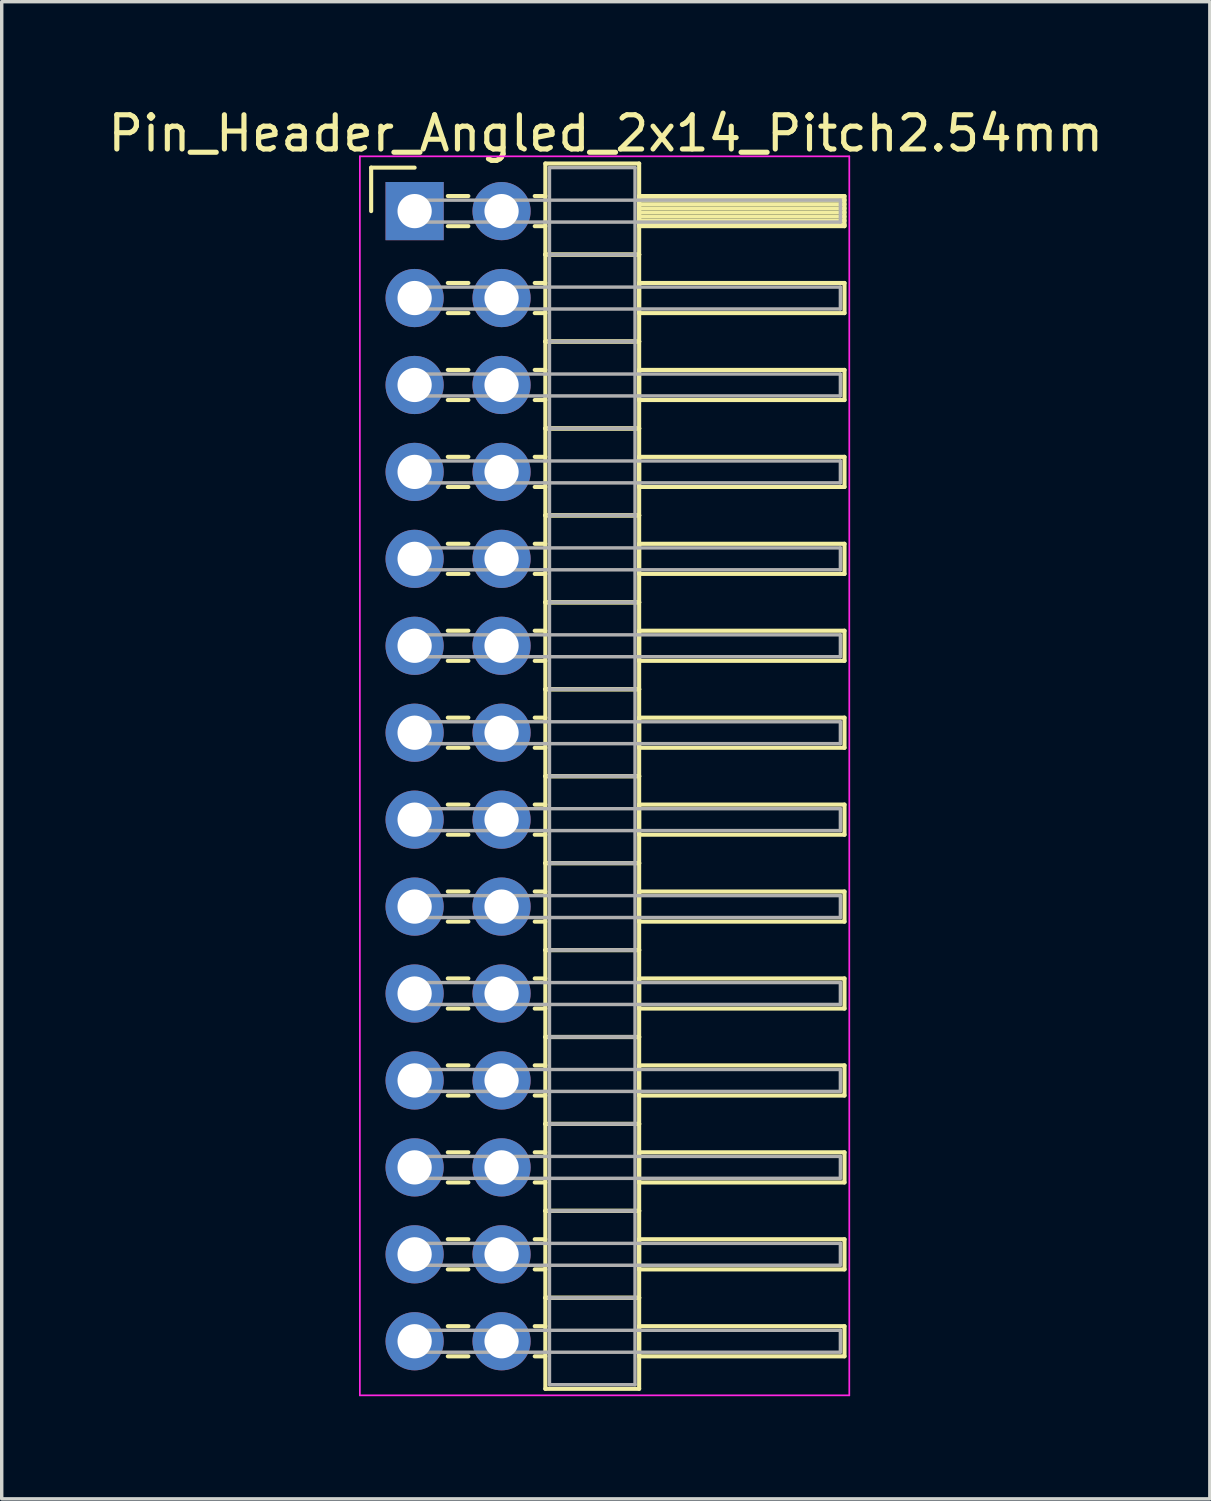
<source format=kicad_pcb>
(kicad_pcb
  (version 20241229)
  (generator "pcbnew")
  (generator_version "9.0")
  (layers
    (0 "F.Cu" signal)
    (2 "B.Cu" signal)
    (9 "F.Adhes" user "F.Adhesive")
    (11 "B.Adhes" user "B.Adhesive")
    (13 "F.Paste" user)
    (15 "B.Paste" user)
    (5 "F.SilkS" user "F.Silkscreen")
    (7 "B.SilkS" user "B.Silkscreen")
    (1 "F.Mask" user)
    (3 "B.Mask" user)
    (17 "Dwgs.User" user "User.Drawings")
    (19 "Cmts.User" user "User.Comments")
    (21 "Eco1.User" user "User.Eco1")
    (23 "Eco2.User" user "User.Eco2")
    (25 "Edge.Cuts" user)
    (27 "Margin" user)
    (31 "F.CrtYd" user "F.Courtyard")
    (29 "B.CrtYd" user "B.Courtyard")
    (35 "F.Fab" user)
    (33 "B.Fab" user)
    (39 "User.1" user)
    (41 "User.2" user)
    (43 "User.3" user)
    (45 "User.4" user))
  (footprint "Pin_Header_Angled_2x14_Pitch2.54mm"
    (layer "F.Cu")
    (at 9.064 3.118)
    (property "Reference" "Pin_Header_Angled_2x14_Pitch2.54mm" (at 5.585 -2.27 0) (layer "F.SilkS") (effects (font (size 1 1) (thickness 0.15))))
    (attr through_hole)
    (fp_line (start -1.27 -1.27) (end 0 -1.27) (stroke (width 0.12) (type solid)) (layer "F.SilkS"))
    (fp_line (start -1.27 0) (end -1.27 -1.27) (stroke (width 0.12) (type solid)) (layer "F.SilkS"))
    (fp_line (start 0.97 -0.44) (end 1.57 -0.44) (stroke (width 0.12) (type solid)) (layer "F.SilkS"))
    (fp_line (start 0.97 0.44) (end 1.57 0.44) (stroke (width 0.12) (type solid)) (layer "F.SilkS"))
    (fp_line (start 0.97 2.1) (end 1.57 2.1) (stroke (width 0.12) (type solid)) (layer "F.SilkS"))
    (fp_line (start 0.97 2.98) (end 1.57 2.98) (stroke (width 0.12) (type solid)) (layer "F.SilkS"))
    (fp_line (start 0.97 4.64) (end 1.57 4.64) (stroke (width 0.12) (type solid)) (layer "F.SilkS"))
    (fp_line (start 0.97 5.52) (end 1.57 5.52) (stroke (width 0.12) (type solid)) (layer "F.SilkS"))
    (fp_line (start 0.97 7.18) (end 1.57 7.18) (stroke (width 0.12) (type solid)) (layer "F.SilkS"))
    (fp_line (start 0.97 8.06) (end 1.57 8.06) (stroke (width 0.12) (type solid)) (layer "F.SilkS"))
    (fp_line (start 0.97 9.72) (end 1.57 9.72) (stroke (width 0.12) (type solid)) (layer "F.SilkS"))
    (fp_line (start 0.97 10.6) (end 1.57 10.6) (stroke (width 0.12) (type solid)) (layer "F.SilkS"))
    (fp_line (start 0.97 12.26) (end 1.57 12.26) (stroke (width 0.12) (type solid)) (layer "F.SilkS"))
    (fp_line (start 0.97 13.14) (end 1.57 13.14) (stroke (width 0.12) (type solid)) (layer "F.SilkS"))
    (fp_line (start 0.97 14.8) (end 1.57 14.8) (stroke (width 0.12) (type solid)) (layer "F.SilkS"))
    (fp_line (start 0.97 15.68) (end 1.57 15.68) (stroke (width 0.12) (type solid)) (layer "F.SilkS"))
    (fp_line (start 0.97 17.34) (end 1.57 17.34) (stroke (width 0.12) (type solid)) (layer "F.SilkS"))
    (fp_line (start 0.97 18.22) (end 1.57 18.22) (stroke (width 0.12) (type solid)) (layer "F.SilkS"))
    (fp_line (start 0.97 19.88) (end 1.57 19.88) (stroke (width 0.12) (type solid)) (layer "F.SilkS"))
    (fp_line (start 0.97 20.76) (end 1.57 20.76) (stroke (width 0.12) (type solid)) (layer "F.SilkS"))
    (fp_line (start 0.97 22.42) (end 1.57 22.42) (stroke (width 0.12) (type solid)) (layer "F.SilkS"))
    (fp_line (start 0.97 23.3) (end 1.57 23.3) (stroke (width 0.12) (type solid)) (layer "F.SilkS"))
    (fp_line (start 0.97 24.96) (end 1.57 24.96) (stroke (width 0.12) (type solid)) (layer "F.SilkS"))
    (fp_line (start 0.97 25.84) (end 1.57 25.84) (stroke (width 0.12) (type solid)) (layer "F.SilkS"))
    (fp_line (start 0.97 27.5) (end 1.57 27.5) (stroke (width 0.12) (type solid)) (layer "F.SilkS"))
    (fp_line (start 0.97 28.38) (end 1.57 28.38) (stroke (width 0.12) (type solid)) (layer "F.SilkS"))
    (fp_line (start 0.97 30.04) (end 1.57 30.04) (stroke (width 0.12) (type solid)) (layer "F.SilkS"))
    (fp_line (start 0.97 30.92) (end 1.57 30.92) (stroke (width 0.12) (type solid)) (layer "F.SilkS"))
    (fp_line (start 0.97 32.58) (end 1.57 32.58) (stroke (width 0.12) (type solid)) (layer "F.SilkS"))
    (fp_line (start 0.97 33.46) (end 1.57 33.46) (stroke (width 0.12) (type solid)) (layer "F.SilkS"))
    (fp_line (start 3.51 -0.44) (end 3.82 -0.44) (stroke (width 0.12) (type solid)) (layer "F.SilkS"))
    (fp_line (start 3.51 0.44) (end 3.82 0.44) (stroke (width 0.12) (type solid)) (layer "F.SilkS"))
    (fp_line (start 3.51 2.1) (end 3.82 2.1) (stroke (width 0.12) (type solid)) (layer "F.SilkS"))
    (fp_line (start 3.51 2.98) (end 3.82 2.98) (stroke (width 0.12) (type solid)) (layer "F.SilkS"))
    (fp_line (start 3.51 4.64) (end 3.82 4.64) (stroke (width 0.12) (type solid)) (layer "F.SilkS"))
    (fp_line (start 3.51 5.52) (end 3.82 5.52) (stroke (width 0.12) (type solid)) (layer "F.SilkS"))
    (fp_line (start 3.51 7.18) (end 3.82 7.18) (stroke (width 0.12) (type solid)) (layer "F.SilkS"))
    (fp_line (start 3.51 8.06) (end 3.82 8.06) (stroke (width 0.12) (type solid)) (layer "F.SilkS"))
    (fp_line (start 3.51 9.72) (end 3.82 9.72) (stroke (width 0.12) (type solid)) (layer "F.SilkS"))
    (fp_line (start 3.51 10.6) (end 3.82 10.6) (stroke (width 0.12) (type solid)) (layer "F.SilkS"))
    (fp_line (start 3.51 12.26) (end 3.82 12.26) (stroke (width 0.12) (type solid)) (layer "F.SilkS"))
    (fp_line (start 3.51 13.14) (end 3.82 13.14) (stroke (width 0.12) (type solid)) (layer "F.SilkS"))
    (fp_line (start 3.51 14.8) (end 3.82 14.8) (stroke (width 0.12) (type solid)) (layer "F.SilkS"))
    (fp_line (start 3.51 15.68) (end 3.82 15.68) (stroke (width 0.12) (type solid)) (layer "F.SilkS"))
    (fp_line (start 3.51 17.34) (end 3.82 17.34) (stroke (width 0.12) (type solid)) (layer "F.SilkS"))
    (fp_line (start 3.51 18.22) (end 3.82 18.22) (stroke (width 0.12) (type solid)) (layer "F.SilkS"))
    (fp_line (start 3.51 19.88) (end 3.82 19.88) (stroke (width 0.12) (type solid)) (layer "F.SilkS"))
    (fp_line (start 3.51 20.76) (end 3.82 20.76) (stroke (width 0.12) (type solid)) (layer "F.SilkS"))
    (fp_line (start 3.51 22.42) (end 3.82 22.42) (stroke (width 0.12) (type solid)) (layer "F.SilkS"))
    (fp_line (start 3.51 23.3) (end 3.82 23.3) (stroke (width 0.12) (type solid)) (layer "F.SilkS"))
    (fp_line (start 3.51 24.96) (end 3.82 24.96) (stroke (width 0.12) (type solid)) (layer "F.SilkS"))
    (fp_line (start 3.51 25.84) (end 3.82 25.84) (stroke (width 0.12) (type solid)) (layer "F.SilkS"))
    (fp_line (start 3.51 27.5) (end 3.82 27.5) (stroke (width 0.12) (type solid)) (layer "F.SilkS"))
    (fp_line (start 3.51 28.38) (end 3.82 28.38) (stroke (width 0.12) (type solid)) (layer "F.SilkS"))
    (fp_line (start 3.51 30.04) (end 3.82 30.04) (stroke (width 0.12) (type solid)) (layer "F.SilkS"))
    (fp_line (start 3.51 30.92) (end 3.82 30.92) (stroke (width 0.12) (type solid)) (layer "F.SilkS"))
    (fp_line (start 3.51 32.58) (end 3.82 32.58) (stroke (width 0.12) (type solid)) (layer "F.SilkS"))
    (fp_line (start 3.51 33.46) (end 3.82 33.46) (stroke (width 0.12) (type solid)) (layer "F.SilkS"))
    (fp_line (start 3.82 -1.39) (end 3.82 1.27) (stroke (width 0.12) (type solid)) (layer "F.SilkS"))
    (fp_line (start 3.82 1.27) (end 3.82 3.81) (stroke (width 0.12) (type solid)) (layer "F.SilkS"))
    (fp_line (start 3.82 1.27) (end 6.56 1.27) (stroke (width 0.12) (type solid)) (layer "F.SilkS"))
    (fp_line (start 3.82 3.81) (end 3.82 6.35) (stroke (width 0.12) (type solid)) (layer "F.SilkS"))
    (fp_line (start 3.82 3.81) (end 6.56 3.81) (stroke (width 0.12) (type solid)) (layer "F.SilkS"))
    (fp_line (start 3.82 6.35) (end 3.82 8.89) (stroke (width 0.12) (type solid)) (layer "F.SilkS"))
    (fp_line (start 3.82 6.35) (end 6.56 6.35) (stroke (width 0.12) (type solid)) (layer "F.SilkS"))
    (fp_line (start 3.82 8.89) (end 3.82 11.43) (stroke (width 0.12) (type solid)) (layer "F.SilkS"))
    (fp_line (start 3.82 8.89) (end 6.56 8.89) (stroke (width 0.12) (type solid)) (layer "F.SilkS"))
    (fp_line (start 3.82 11.43) (end 3.82 13.97) (stroke (width 0.12) (type solid)) (layer "F.SilkS"))
    (fp_line (start 3.82 11.43) (end 6.56 11.43) (stroke (width 0.12) (type solid)) (layer "F.SilkS"))
    (fp_line (start 3.82 13.97) (end 3.82 16.51) (stroke (width 0.12) (type solid)) (layer "F.SilkS"))
    (fp_line (start 3.82 13.97) (end 6.56 13.97) (stroke (width 0.12) (type solid)) (layer "F.SilkS"))
    (fp_line (start 3.82 16.51) (end 3.82 19.05) (stroke (width 0.12) (type solid)) (layer "F.SilkS"))
    (fp_line (start 3.82 16.51) (end 6.56 16.51) (stroke (width 0.12) (type solid)) (layer "F.SilkS"))
    (fp_line (start 3.82 19.05) (end 3.82 21.59) (stroke (width 0.12) (type solid)) (layer "F.SilkS"))
    (fp_line (start 3.82 19.05) (end 6.56 19.05) (stroke (width 0.12) (type solid)) (layer "F.SilkS"))
    (fp_line (start 3.82 21.59) (end 3.82 24.13) (stroke (width 0.12) (type solid)) (layer "F.SilkS"))
    (fp_line (start 3.82 21.59) (end 6.56 21.59) (stroke (width 0.12) (type solid)) (layer "F.SilkS"))
    (fp_line (start 3.82 24.13) (end 3.82 26.67) (stroke (width 0.12) (type solid)) (layer "F.SilkS"))
    (fp_line (start 3.82 24.13) (end 6.56 24.13) (stroke (width 0.12) (type solid)) (layer "F.SilkS"))
    (fp_line (start 3.82 26.67) (end 3.82 29.21) (stroke (width 0.12) (type solid)) (layer "F.SilkS"))
    (fp_line (start 3.82 26.67) (end 6.56 26.67) (stroke (width 0.12) (type solid)) (layer "F.SilkS"))
    (fp_line (start 3.82 29.21) (end 3.82 31.75) (stroke (width 0.12) (type solid)) (layer "F.SilkS"))
    (fp_line (start 3.82 29.21) (end 6.56 29.21) (stroke (width 0.12) (type solid)) (layer "F.SilkS"))
    (fp_line (start 3.82 31.75) (end 3.82 34.41) (stroke (width 0.12) (type solid)) (layer "F.SilkS"))
    (fp_line (start 3.82 31.75) (end 6.56 31.75) (stroke (width 0.12) (type solid)) (layer "F.SilkS"))
    (fp_line (start 3.82 34.41) (end 6.56 34.41) (stroke (width 0.12) (type solid)) (layer "F.SilkS"))
    (fp_line (start 6.56 -1.39) (end 3.82 -1.39) (stroke (width 0.12) (type solid)) (layer "F.SilkS"))
    (fp_line (start 6.56 -0.44) (end 6.56 0.44) (stroke (width 0.12) (type solid)) (layer "F.SilkS"))
    (fp_line (start 6.56 -0.32) (end 12.56 -0.32) (stroke (width 0.12) (type solid)) (layer "F.SilkS"))
    (fp_line (start 6.56 -0.2) (end 12.56 -0.2) (stroke (width 0.12) (type solid)) (layer "F.SilkS"))
    (fp_line (start 6.56 -0.08) (end 12.56 -0.08) (stroke (width 0.12) (type solid)) (layer "F.SilkS"))
    (fp_line (start 6.56 0.04) (end 12.56 0.04) (stroke (width 0.12) (type solid)) (layer "F.SilkS"))
    (fp_line (start 6.56 0.16) (end 12.56 0.16) (stroke (width 0.12) (type solid)) (layer "F.SilkS"))
    (fp_line (start 6.56 0.28) (end 12.56 0.28) (stroke (width 0.12) (type solid)) (layer "F.SilkS"))
    (fp_line (start 6.56 0.4) (end 12.56 0.4) (stroke (width 0.12) (type solid)) (layer "F.SilkS"))
    (fp_line (start 6.56 0.44) (end 12.56 0.44) (stroke (width 0.12) (type solid)) (layer "F.SilkS"))
    (fp_line (start 6.56 1.27) (end 3.82 1.27) (stroke (width 0.12) (type solid)) (layer "F.SilkS"))
    (fp_line (start 6.56 1.27) (end 6.56 -1.39) (stroke (width 0.12) (type solid)) (layer "F.SilkS"))
    (fp_line (start 6.56 2.1) (end 6.56 2.98) (stroke (width 0.12) (type solid)) (layer "F.SilkS"))
    (fp_line (start 6.56 2.98) (end 12.56 2.98) (stroke (width 0.12) (type solid)) (layer "F.SilkS"))
    (fp_line (start 6.56 3.81) (end 3.82 3.81) (stroke (width 0.12) (type solid)) (layer "F.SilkS"))
    (fp_line (start 6.56 3.81) (end 6.56 1.27) (stroke (width 0.12) (type solid)) (layer "F.SilkS"))
    (fp_line (start 6.56 4.64) (end 6.56 5.52) (stroke (width 0.12) (type solid)) (layer "F.SilkS"))
    (fp_line (start 6.56 5.52) (end 12.56 5.52) (stroke (width 0.12) (type solid)) (layer "F.SilkS"))
    (fp_line (start 6.56 6.35) (end 3.82 6.35) (stroke (width 0.12) (type solid)) (layer "F.SilkS"))
    (fp_line (start 6.56 6.35) (end 6.56 3.81) (stroke (width 0.12) (type solid)) (layer "F.SilkS"))
    (fp_line (start 6.56 7.18) (end 6.56 8.06) (stroke (width 0.12) (type solid)) (layer "F.SilkS"))
    (fp_line (start 6.56 8.06) (end 12.56 8.06) (stroke (width 0.12) (type solid)) (layer "F.SilkS"))
    (fp_line (start 6.56 8.89) (end 3.82 8.89) (stroke (width 0.12) (type solid)) (layer "F.SilkS"))
    (fp_line (start 6.56 8.89) (end 6.56 6.35) (stroke (width 0.12) (type solid)) (layer "F.SilkS"))
    (fp_line (start 6.56 9.72) (end 6.56 10.6) (stroke (width 0.12) (type solid)) (layer "F.SilkS"))
    (fp_line (start 6.56 10.6) (end 12.56 10.6) (stroke (width 0.12) (type solid)) (layer "F.SilkS"))
    (fp_line (start 6.56 11.43) (end 3.82 11.43) (stroke (width 0.12) (type solid)) (layer "F.SilkS"))
    (fp_line (start 6.56 11.43) (end 6.56 8.89) (stroke (width 0.12) (type solid)) (layer "F.SilkS"))
    (fp_line (start 6.56 12.26) (end 6.56 13.14) (stroke (width 0.12) (type solid)) (layer "F.SilkS"))
    (fp_line (start 6.56 13.14) (end 12.56 13.14) (stroke (width 0.12) (type solid)) (layer "F.SilkS"))
    (fp_line (start 6.56 13.97) (end 3.82 13.97) (stroke (width 0.12) (type solid)) (layer "F.SilkS"))
    (fp_line (start 6.56 13.97) (end 6.56 11.43) (stroke (width 0.12) (type solid)) (layer "F.SilkS"))
    (fp_line (start 6.56 14.8) (end 6.56 15.68) (stroke (width 0.12) (type solid)) (layer "F.SilkS"))
    (fp_line (start 6.56 15.68) (end 12.56 15.68) (stroke (width 0.12) (type solid)) (layer "F.SilkS"))
    (fp_line (start 6.56 16.51) (end 3.82 16.51) (stroke (width 0.12) (type solid)) (layer "F.SilkS"))
    (fp_line (start 6.56 16.51) (end 6.56 13.97) (stroke (width 0.12) (type solid)) (layer "F.SilkS"))
    (fp_line (start 6.56 17.34) (end 6.56 18.22) (stroke (width 0.12) (type solid)) (layer "F.SilkS"))
    (fp_line (start 6.56 18.22) (end 12.56 18.22) (stroke (width 0.12) (type solid)) (layer "F.SilkS"))
    (fp_line (start 6.56 19.05) (end 3.82 19.05) (stroke (width 0.12) (type solid)) (layer "F.SilkS"))
    (fp_line (start 6.56 19.05) (end 6.56 16.51) (stroke (width 0.12) (type solid)) (layer "F.SilkS"))
    (fp_line (start 6.56 19.88) (end 6.56 20.76) (stroke (width 0.12) (type solid)) (layer "F.SilkS"))
    (fp_line (start 6.56 20.76) (end 12.56 20.76) (stroke (width 0.12) (type solid)) (layer "F.SilkS"))
    (fp_line (start 6.56 21.59) (end 3.82 21.59) (stroke (width 0.12) (type solid)) (layer "F.SilkS"))
    (fp_line (start 6.56 21.59) (end 6.56 19.05) (stroke (width 0.12) (type solid)) (layer "F.SilkS"))
    (fp_line (start 6.56 22.42) (end 6.56 23.3) (stroke (width 0.12) (type solid)) (layer "F.SilkS"))
    (fp_line (start 6.56 23.3) (end 12.56 23.3) (stroke (width 0.12) (type solid)) (layer "F.SilkS"))
    (fp_line (start 6.56 24.13) (end 3.82 24.13) (stroke (width 0.12) (type solid)) (layer "F.SilkS"))
    (fp_line (start 6.56 24.13) (end 6.56 21.59) (stroke (width 0.12) (type solid)) (layer "F.SilkS"))
    (fp_line (start 6.56 24.96) (end 6.56 25.84) (stroke (width 0.12) (type solid)) (layer "F.SilkS"))
    (fp_line (start 6.56 25.84) (end 12.56 25.84) (stroke (width 0.12) (type solid)) (layer "F.SilkS"))
    (fp_line (start 6.56 26.67) (end 3.82 26.67) (stroke (width 0.12) (type solid)) (layer "F.SilkS"))
    (fp_line (start 6.56 26.67) (end 6.56 24.13) (stroke (width 0.12) (type solid)) (layer "F.SilkS"))
    (fp_line (start 6.56 27.5) (end 6.56 28.38) (stroke (width 0.12) (type solid)) (layer "F.SilkS"))
    (fp_line (start 6.56 28.38) (end 12.56 28.38) (stroke (width 0.12) (type solid)) (layer "F.SilkS"))
    (fp_line (start 6.56 29.21) (end 3.82 29.21) (stroke (width 0.12) (type solid)) (layer "F.SilkS"))
    (fp_line (start 6.56 29.21) (end 6.56 26.67) (stroke (width 0.12) (type solid)) (layer "F.SilkS"))
    (fp_line (start 6.56 30.04) (end 6.56 30.92) (stroke (width 0.12) (type solid)) (layer "F.SilkS"))
    (fp_line (start 6.56 30.92) (end 12.56 30.92) (stroke (width 0.12) (type solid)) (layer "F.SilkS"))
    (fp_line (start 6.56 31.75) (end 3.82 31.75) (stroke (width 0.12) (type solid)) (layer "F.SilkS"))
    (fp_line (start 6.56 31.75) (end 6.56 29.21) (stroke (width 0.12) (type solid)) (layer "F.SilkS"))
    (fp_line (start 6.56 32.58) (end 6.56 33.46) (stroke (width 0.12) (type solid)) (layer "F.SilkS"))
    (fp_line (start 6.56 33.46) (end 12.56 33.46) (stroke (width 0.12) (type solid)) (layer "F.SilkS"))
    (fp_line (start 6.56 34.41) (end 6.56 31.75) (stroke (width 0.12) (type solid)) (layer "F.SilkS"))
    (fp_line (start 12.56 -0.44) (end 6.56 -0.44) (stroke (width 0.12) (type solid)) (layer "F.SilkS"))
    (fp_line (start 12.56 0.44) (end 12.56 -0.44) (stroke (width 0.12) (type solid)) (layer "F.SilkS"))
    (fp_line (start 12.56 2.1) (end 6.56 2.1) (stroke (width 0.12) (type solid)) (layer "F.SilkS"))
    (fp_line (start 12.56 2.98) (end 12.56 2.1) (stroke (width 0.12) (type solid)) (layer "F.SilkS"))
    (fp_line (start 12.56 4.64) (end 6.56 4.64) (stroke (width 0.12) (type solid)) (layer "F.SilkS"))
    (fp_line (start 12.56 5.52) (end 12.56 4.64) (stroke (width 0.12) (type solid)) (layer "F.SilkS"))
    (fp_line (start 12.56 7.18) (end 6.56 7.18) (stroke (width 0.12) (type solid)) (layer "F.SilkS"))
    (fp_line (start 12.56 8.06) (end 12.56 7.18) (stroke (width 0.12) (type solid)) (layer "F.SilkS"))
    (fp_line (start 12.56 9.72) (end 6.56 9.72) (stroke (width 0.12) (type solid)) (layer "F.SilkS"))
    (fp_line (start 12.56 10.6) (end 12.56 9.72) (stroke (width 0.12) (type solid)) (layer "F.SilkS"))
    (fp_line (start 12.56 12.26) (end 6.56 12.26) (stroke (width 0.12) (type solid)) (layer "F.SilkS"))
    (fp_line (start 12.56 13.14) (end 12.56 12.26) (stroke (width 0.12) (type solid)) (layer "F.SilkS"))
    (fp_line (start 12.56 14.8) (end 6.56 14.8) (stroke (width 0.12) (type solid)) (layer "F.SilkS"))
    (fp_line (start 12.56 15.68) (end 12.56 14.8) (stroke (width 0.12) (type solid)) (layer "F.SilkS"))
    (fp_line (start 12.56 17.34) (end 6.56 17.34) (stroke (width 0.12) (type solid)) (layer "F.SilkS"))
    (fp_line (start 12.56 18.22) (end 12.56 17.34) (stroke (width 0.12) (type solid)) (layer "F.SilkS"))
    (fp_line (start 12.56 19.88) (end 6.56 19.88) (stroke (width 0.12) (type solid)) (layer "F.SilkS"))
    (fp_line (start 12.56 20.76) (end 12.56 19.88) (stroke (width 0.12) (type solid)) (layer "F.SilkS"))
    (fp_line (start 12.56 22.42) (end 6.56 22.42) (stroke (width 0.12) (type solid)) (layer "F.SilkS"))
    (fp_line (start 12.56 23.3) (end 12.56 22.42) (stroke (width 0.12) (type solid)) (layer "F.SilkS"))
    (fp_line (start 12.56 24.96) (end 6.56 24.96) (stroke (width 0.12) (type solid)) (layer "F.SilkS"))
    (fp_line (start 12.56 25.84) (end 12.56 24.96) (stroke (width 0.12) (type solid)) (layer "F.SilkS"))
    (fp_line (start 12.56 27.5) (end 6.56 27.5) (stroke (width 0.12) (type solid)) (layer "F.SilkS"))
    (fp_line (start 12.56 28.38) (end 12.56 27.5) (stroke (width 0.12) (type solid)) (layer "F.SilkS"))
    (fp_line (start 12.56 30.04) (end 6.56 30.04) (stroke (width 0.12) (type solid)) (layer "F.SilkS"))
    (fp_line (start 12.56 30.92) (end 12.56 30.04) (stroke (width 0.12) (type solid)) (layer "F.SilkS"))
    (fp_line (start 12.56 32.58) (end 6.56 32.58) (stroke (width 0.12) (type solid)) (layer "F.SilkS"))
    (fp_line (start 12.56 33.46) (end 12.56 32.58) (stroke (width 0.12) (type solid)) (layer "F.SilkS"))
    (fp_line (start -1.6 -1.6) (end -1.6 34.6) (stroke (width 0.05) (type solid)) (layer "F.CrtYd"))
    (fp_line (start -1.6 34.6) (end 12.7 34.6) (stroke (width 0.05) (type solid)) (layer "F.CrtYd"))
    (fp_line (start 12.7 -1.6) (end -1.6 -1.6) (stroke (width 0.05) (type solid)) (layer "F.CrtYd"))
    (fp_line (start 12.7 34.6) (end 12.7 -1.6) (stroke (width 0.05) (type solid)) (layer "F.CrtYd"))
    (fp_line (start 0 -0.32) (end 0 0.32) (stroke (width 0.1) (type solid)) (layer "F.Fab"))
    (fp_line (start 0 0.32) (end 12.44 0.32) (stroke (width 0.1) (type solid)) (layer "F.Fab"))
    (fp_line (start 0 2.22) (end 0 2.86) (stroke (width 0.1) (type solid)) (layer "F.Fab"))
    (fp_line (start 0 2.86) (end 12.44 2.86) (stroke (width 0.1) (type solid)) (layer "F.Fab"))
    (fp_line (start 0 4.76) (end 0 5.4) (stroke (width 0.1) (type solid)) (layer "F.Fab"))
    (fp_line (start 0 5.4) (end 12.44 5.4) (stroke (width 0.1) (type solid)) (layer "F.Fab"))
    (fp_line (start 0 7.3) (end 0 7.94) (stroke (width 0.1) (type solid)) (layer "F.Fab"))
    (fp_line (start 0 7.94) (end 12.44 7.94) (stroke (width 0.1) (type solid)) (layer "F.Fab"))
    (fp_line (start 0 9.84) (end 0 10.48) (stroke (width 0.1) (type solid)) (layer "F.Fab"))
    (fp_line (start 0 10.48) (end 12.44 10.48) (stroke (width 0.1) (type solid)) (layer "F.Fab"))
    (fp_line (start 0 12.38) (end 0 13.02) (stroke (width 0.1) (type solid)) (layer "F.Fab"))
    (fp_line (start 0 13.02) (end 12.44 13.02) (stroke (width 0.1) (type solid)) (layer "F.Fab"))
    (fp_line (start 0 14.92) (end 0 15.56) (stroke (width 0.1) (type solid)) (layer "F.Fab"))
    (fp_line (start 0 15.56) (end 12.44 15.56) (stroke (width 0.1) (type solid)) (layer "F.Fab"))
    (fp_line (start 0 17.46) (end 0 18.1) (stroke (width 0.1) (type solid)) (layer "F.Fab"))
    (fp_line (start 0 18.1) (end 12.44 18.1) (stroke (width 0.1) (type solid)) (layer "F.Fab"))
    (fp_line (start 0 20) (end 0 20.64) (stroke (width 0.1) (type solid)) (layer "F.Fab"))
    (fp_line (start 0 20.64) (end 12.44 20.64) (stroke (width 0.1) (type solid)) (layer "F.Fab"))
    (fp_line (start 0 22.54) (end 0 23.18) (stroke (width 0.1) (type solid)) (layer "F.Fab"))
    (fp_line (start 0 23.18) (end 12.44 23.18) (stroke (width 0.1) (type solid)) (layer "F.Fab"))
    (fp_line (start 0 25.08) (end 0 25.72) (stroke (width 0.1) (type solid)) (layer "F.Fab"))
    (fp_line (start 0 25.72) (end 12.44 25.72) (stroke (width 0.1) (type solid)) (layer "F.Fab"))
    (fp_line (start 0 27.62) (end 0 28.26) (stroke (width 0.1) (type solid)) (layer "F.Fab"))
    (fp_line (start 0 28.26) (end 12.44 28.26) (stroke (width 0.1) (type solid)) (layer "F.Fab"))
    (fp_line (start 0 30.16) (end 0 30.8) (stroke (width 0.1) (type solid)) (layer "F.Fab"))
    (fp_line (start 0 30.8) (end 12.44 30.8) (stroke (width 0.1) (type solid)) (layer "F.Fab"))
    (fp_line (start 0 32.7) (end 0 33.34) (stroke (width 0.1) (type solid)) (layer "F.Fab"))
    (fp_line (start 0 33.34) (end 12.44 33.34) (stroke (width 0.1) (type solid)) (layer "F.Fab"))
    (fp_line (start 3.94 -1.27) (end 3.94 1.27) (stroke (width 0.1) (type solid)) (layer "F.Fab"))
    (fp_line (start 3.94 1.27) (end 3.94 3.81) (stroke (width 0.1) (type solid)) (layer "F.Fab"))
    (fp_line (start 3.94 1.27) (end 6.44 1.27) (stroke (width 0.1) (type solid)) (layer "F.Fab"))
    (fp_line (start 3.94 3.81) (end 3.94 6.35) (stroke (width 0.1) (type solid)) (layer "F.Fab"))
    (fp_line (start 3.94 3.81) (end 6.44 3.81) (stroke (width 0.1) (type solid)) (layer "F.Fab"))
    (fp_line (start 3.94 6.35) (end 3.94 8.89) (stroke (width 0.1) (type solid)) (layer "F.Fab"))
    (fp_line (start 3.94 6.35) (end 6.44 6.35) (stroke (width 0.1) (type solid)) (layer "F.Fab"))
    (fp_line (start 3.94 8.89) (end 3.94 11.43) (stroke (width 0.1) (type solid)) (layer "F.Fab"))
    (fp_line (start 3.94 8.89) (end 6.44 8.89) (stroke (width 0.1) (type solid)) (layer "F.Fab"))
    (fp_line (start 3.94 11.43) (end 3.94 13.97) (stroke (width 0.1) (type solid)) (layer "F.Fab"))
    (fp_line (start 3.94 11.43) (end 6.44 11.43) (stroke (width 0.1) (type solid)) (layer "F.Fab"))
    (fp_line (start 3.94 13.97) (end 3.94 16.51) (stroke (width 0.1) (type solid)) (layer "F.Fab"))
    (fp_line (start 3.94 13.97) (end 6.44 13.97) (stroke (width 0.1) (type solid)) (layer "F.Fab"))
    (fp_line (start 3.94 16.51) (end 3.94 19.05) (stroke (width 0.1) (type solid)) (layer "F.Fab"))
    (fp_line (start 3.94 16.51) (end 6.44 16.51) (stroke (width 0.1) (type solid)) (layer "F.Fab"))
    (fp_line (start 3.94 19.05) (end 3.94 21.59) (stroke (width 0.1) (type solid)) (layer "F.Fab"))
    (fp_line (start 3.94 19.05) (end 6.44 19.05) (stroke (width 0.1) (type solid)) (layer "F.Fab"))
    (fp_line (start 3.94 21.59) (end 3.94 24.13) (stroke (width 0.1) (type solid)) (layer "F.Fab"))
    (fp_line (start 3.94 21.59) (end 6.44 21.59) (stroke (width 0.1) (type solid)) (layer "F.Fab"))
    (fp_line (start 3.94 24.13) (end 3.94 26.67) (stroke (width 0.1) (type solid)) (layer "F.Fab"))
    (fp_line (start 3.94 24.13) (end 6.44 24.13) (stroke (width 0.1) (type solid)) (layer "F.Fab"))
    (fp_line (start 3.94 26.67) (end 3.94 29.21) (stroke (width 0.1) (type solid)) (layer "F.Fab"))
    (fp_line (start 3.94 26.67) (end 6.44 26.67) (stroke (width 0.1) (type solid)) (layer "F.Fab"))
    (fp_line (start 3.94 29.21) (end 3.94 31.75) (stroke (width 0.1) (type solid)) (layer "F.Fab"))
    (fp_line (start 3.94 29.21) (end 6.44 29.21) (stroke (width 0.1) (type solid)) (layer "F.Fab"))
    (fp_line (start 3.94 31.75) (end 3.94 34.29) (stroke (width 0.1) (type solid)) (layer "F.Fab"))
    (fp_line (start 3.94 31.75) (end 6.44 31.75) (stroke (width 0.1) (type solid)) (layer "F.Fab"))
    (fp_line (start 3.94 34.29) (end 6.44 34.29) (stroke (width 0.1) (type solid)) (layer "F.Fab"))
    (fp_line (start 6.44 -1.27) (end 3.94 -1.27) (stroke (width 0.1) (type solid)) (layer "F.Fab"))
    (fp_line (start 6.44 1.27) (end 3.94 1.27) (stroke (width 0.1) (type solid)) (layer "F.Fab"))
    (fp_line (start 6.44 1.27) (end 6.44 -1.27) (stroke (width 0.1) (type solid)) (layer "F.Fab"))
    (fp_line (start 6.44 3.81) (end 3.94 3.81) (stroke (width 0.1) (type solid)) (layer "F.Fab"))
    (fp_line (start 6.44 3.81) (end 6.44 1.27) (stroke (width 0.1) (type solid)) (layer "F.Fab"))
    (fp_line (start 6.44 6.35) (end 3.94 6.35) (stroke (width 0.1) (type solid)) (layer "F.Fab"))
    (fp_line (start 6.44 6.35) (end 6.44 3.81) (stroke (width 0.1) (type solid)) (layer "F.Fab"))
    (fp_line (start 6.44 8.89) (end 3.94 8.89) (stroke (width 0.1) (type solid)) (layer "F.Fab"))
    (fp_line (start 6.44 8.89) (end 6.44 6.35) (stroke (width 0.1) (type solid)) (layer "F.Fab"))
    (fp_line (start 6.44 11.43) (end 3.94 11.43) (stroke (width 0.1) (type solid)) (layer "F.Fab"))
    (fp_line (start 6.44 11.43) (end 6.44 8.89) (stroke (width 0.1) (type solid)) (layer "F.Fab"))
    (fp_line (start 6.44 13.97) (end 3.94 13.97) (stroke (width 0.1) (type solid)) (layer "F.Fab"))
    (fp_line (start 6.44 13.97) (end 6.44 11.43) (stroke (width 0.1) (type solid)) (layer "F.Fab"))
    (fp_line (start 6.44 16.51) (end 3.94 16.51) (stroke (width 0.1) (type solid)) (layer "F.Fab"))
    (fp_line (start 6.44 16.51) (end 6.44 13.97) (stroke (width 0.1) (type solid)) (layer "F.Fab"))
    (fp_line (start 6.44 19.05) (end 3.94 19.05) (stroke (width 0.1) (type solid)) (layer "F.Fab"))
    (fp_line (start 6.44 19.05) (end 6.44 16.51) (stroke (width 0.1) (type solid)) (layer "F.Fab"))
    (fp_line (start 6.44 21.59) (end 3.94 21.59) (stroke (width 0.1) (type solid)) (layer "F.Fab"))
    (fp_line (start 6.44 21.59) (end 6.44 19.05) (stroke (width 0.1) (type solid)) (layer "F.Fab"))
    (fp_line (start 6.44 24.13) (end 3.94 24.13) (stroke (width 0.1) (type solid)) (layer "F.Fab"))
    (fp_line (start 6.44 24.13) (end 6.44 21.59) (stroke (width 0.1) (type solid)) (layer "F.Fab"))
    (fp_line (start 6.44 26.67) (end 3.94 26.67) (stroke (width 0.1) (type solid)) (layer "F.Fab"))
    (fp_line (start 6.44 26.67) (end 6.44 24.13) (stroke (width 0.1) (type solid)) (layer "F.Fab"))
    (fp_line (start 6.44 29.21) (end 3.94 29.21) (stroke (width 0.1) (type solid)) (layer "F.Fab"))
    (fp_line (start 6.44 29.21) (end 6.44 26.67) (stroke (width 0.1) (type solid)) (layer "F.Fab"))
    (fp_line (start 6.44 31.75) (end 3.94 31.75) (stroke (width 0.1) (type solid)) (layer "F.Fab"))
    (fp_line (start 6.44 31.75) (end 6.44 29.21) (stroke (width 0.1) (type solid)) (layer "F.Fab"))
    (fp_line (start 6.44 34.29) (end 6.44 31.75) (stroke (width 0.1) (type solid)) (layer "F.Fab"))
    (fp_line (start 12.44 -0.32) (end 0 -0.32) (stroke (width 0.1) (type solid)) (layer "F.Fab"))
    (fp_line (start 12.44 0.32) (end 12.44 -0.32) (stroke (width 0.1) (type solid)) (layer "F.Fab"))
    (fp_line (start 12.44 2.22) (end 0 2.22) (stroke (width 0.1) (type solid)) (layer "F.Fab"))
    (fp_line (start 12.44 2.86) (end 12.44 2.22) (stroke (width 0.1) (type solid)) (layer "F.Fab"))
    (fp_line (start 12.44 4.76) (end 0 4.76) (stroke (width 0.1) (type solid)) (layer "F.Fab"))
    (fp_line (start 12.44 5.4) (end 12.44 4.76) (stroke (width 0.1) (type solid)) (layer "F.Fab"))
    (fp_line (start 12.44 7.3) (end 0 7.3) (stroke (width 0.1) (type solid)) (layer "F.Fab"))
    (fp_line (start 12.44 7.94) (end 12.44 7.3) (stroke (width 0.1) (type solid)) (layer "F.Fab"))
    (fp_line (start 12.44 9.84) (end 0 9.84) (stroke (width 0.1) (type solid)) (layer "F.Fab"))
    (fp_line (start 12.44 10.48) (end 12.44 9.84) (stroke (width 0.1) (type solid)) (layer "F.Fab"))
    (fp_line (start 12.44 12.38) (end 0 12.38) (stroke (width 0.1) (type solid)) (layer "F.Fab"))
    (fp_line (start 12.44 13.02) (end 12.44 12.38) (stroke (width 0.1) (type solid)) (layer "F.Fab"))
    (fp_line (start 12.44 14.92) (end 0 14.92) (stroke (width 0.1) (type solid)) (layer "F.Fab"))
    (fp_line (start 12.44 15.56) (end 12.44 14.92) (stroke (width 0.1) (type solid)) (layer "F.Fab"))
    (fp_line (start 12.44 17.46) (end 0 17.46) (stroke (width 0.1) (type solid)) (layer "F.Fab"))
    (fp_line (start 12.44 18.1) (end 12.44 17.46) (stroke (width 0.1) (type solid)) (layer "F.Fab"))
    (fp_line (start 12.44 20) (end 0 20) (stroke (width 0.1) (type solid)) (layer "F.Fab"))
    (fp_line (start 12.44 20.64) (end 12.44 20) (stroke (width 0.1) (type solid)) (layer "F.Fab"))
    (fp_line (start 12.44 22.54) (end 0 22.54) (stroke (width 0.1) (type solid)) (layer "F.Fab"))
    (fp_line (start 12.44 23.18) (end 12.44 22.54) (stroke (width 0.1) (type solid)) (layer "F.Fab"))
    (fp_line (start 12.44 25.08) (end 0 25.08) (stroke (width 0.1) (type solid)) (layer "F.Fab"))
    (fp_line (start 12.44 25.72) (end 12.44 25.08) (stroke (width 0.1) (type solid)) (layer "F.Fab"))
    (fp_line (start 12.44 27.62) (end 0 27.62) (stroke (width 0.1) (type solid)) (layer "F.Fab"))
    (fp_line (start 12.44 28.26) (end 12.44 27.62) (stroke (width 0.1) (type solid)) (layer "F.Fab"))
    (fp_line (start 12.44 30.16) (end 0 30.16) (stroke (width 0.1) (type solid)) (layer "F.Fab"))
    (fp_line (start 12.44 30.8) (end 12.44 30.16) (stroke (width 0.1) (type solid)) (layer "F.Fab"))
    (fp_line (start 12.44 32.7) (end 0 32.7) (stroke (width 0.1) (type solid)) (layer "F.Fab"))
    (fp_line (start 12.44 33.34) (end 12.44 32.7) (stroke (width 0.1) (type solid)) (layer "F.Fab"))
    (pad "1" thru_hole rect (at 0 0) (size 1.7 1.7) (drill 1) (layers "*.Cu" "*.Mask"))
    (pad "2" thru_hole oval (at 2.54 0) (size 1.7 1.7) (drill 1) (layers "*.Cu" "*.Mask"))
    (pad "3" thru_hole oval (at 0 2.54) (size 1.7 1.7) (drill 1) (layers "*.Cu" "*.Mask"))
    (pad "4" thru_hole oval (at 2.54 2.54) (size 1.7 1.7) (drill 1) (layers "*.Cu" "*.Mask"))
    (pad "5" thru_hole oval (at 0 5.08) (size 1.7 1.7) (drill 1) (layers "*.Cu" "*.Mask"))
    (pad "6" thru_hole oval (at 2.54 5.08) (size 1.7 1.7) (drill 1) (layers "*.Cu" "*.Mask"))
    (pad "7" thru_hole oval (at 0 7.62) (size 1.7 1.7) (drill 1) (layers "*.Cu" "*.Mask"))
    (pad "8" thru_hole oval (at 2.54 7.62) (size 1.7 1.7) (drill 1) (layers "*.Cu" "*.Mask"))
    (pad "9" thru_hole oval (at 0 10.16) (size 1.7 1.7) (drill 1) (layers "*.Cu" "*.Mask"))
    (pad "10" thru_hole oval (at 2.54 10.16) (size 1.7 1.7) (drill 1) (layers "*.Cu" "*.Mask"))
    (pad "11" thru_hole oval (at 0 12.7) (size 1.7 1.7) (drill 1) (layers "*.Cu" "*.Mask"))
    (pad "12" thru_hole oval (at 2.54 12.7) (size 1.7 1.7) (drill 1) (layers "*.Cu" "*.Mask"))
    (pad "13" thru_hole oval (at 0 15.24) (size 1.7 1.7) (drill 1) (layers "*.Cu" "*.Mask"))
    (pad "14" thru_hole oval (at 2.54 15.24) (size 1.7 1.7) (drill 1) (layers "*.Cu" "*.Mask"))
    (pad "15" thru_hole oval (at 0 17.78) (size 1.7 1.7) (drill 1) (layers "*.Cu" "*.Mask"))
    (pad "16" thru_hole oval (at 2.54 17.78) (size 1.7 1.7) (drill 1) (layers "*.Cu" "*.Mask"))
    (pad "17" thru_hole oval (at 0 20.32) (size 1.7 1.7) (drill 1) (layers "*.Cu" "*.Mask"))
    (pad "18" thru_hole oval (at 2.54 20.32) (size 1.7 1.7) (drill 1) (layers "*.Cu" "*.Mask"))
    (pad "19" thru_hole oval (at 0 22.86) (size 1.7 1.7) (drill 1) (layers "*.Cu" "*.Mask"))
    (pad "20" thru_hole oval (at 2.54 22.86) (size 1.7 1.7) (drill 1) (layers "*.Cu" "*.Mask"))
    (pad "21" thru_hole oval (at 0 25.4) (size 1.7 1.7) (drill 1) (layers "*.Cu" "*.Mask"))
    (pad "22" thru_hole oval (at 2.54 25.4) (size 1.7 1.7) (drill 1) (layers "*.Cu" "*.Mask"))
    (pad "23" thru_hole oval (at 0 27.94) (size 1.7 1.7) (drill 1) (layers "*.Cu" "*.Mask"))
    (pad "24" thru_hole oval (at 2.54 27.94) (size 1.7 1.7) (drill 1) (layers "*.Cu" "*.Mask"))
    (pad "25" thru_hole oval (at 0 30.48) (size 1.7 1.7) (drill 1) (layers "*.Cu" "*.Mask"))
    (pad "26" thru_hole oval (at 2.54 30.48) (size 1.7 1.7) (drill 1) (layers "*.Cu" "*.Mask"))
    (pad "27" thru_hole oval (at 0 33.02) (size 1.7 1.7) (drill 1) (layers "*.Cu" "*.Mask"))
    (pad "28" thru_hole oval (at 2.54 33.02) (size 1.7 1.7) (drill 1) (layers "*.Cu" "*.Mask")))
  (gr_rect
    (start -3 -3)
    (end 32.298 40.743)
    (stroke (width 0.1) (type default))
    (fill no)
    (layer "Edge.Cuts")))
</source>
